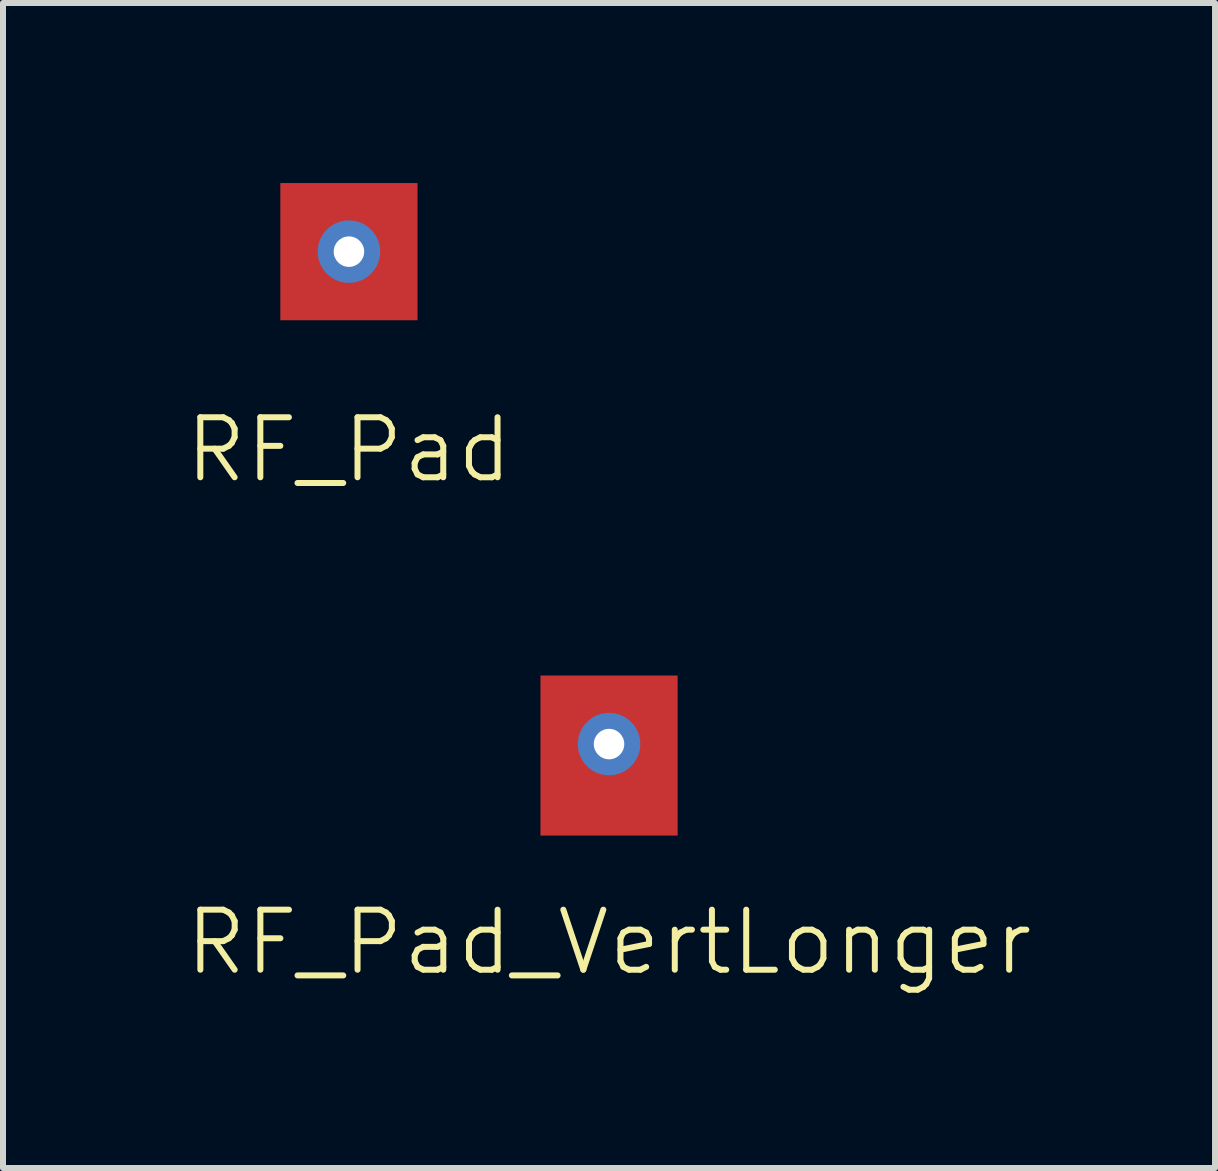
<source format=kicad_pcb>
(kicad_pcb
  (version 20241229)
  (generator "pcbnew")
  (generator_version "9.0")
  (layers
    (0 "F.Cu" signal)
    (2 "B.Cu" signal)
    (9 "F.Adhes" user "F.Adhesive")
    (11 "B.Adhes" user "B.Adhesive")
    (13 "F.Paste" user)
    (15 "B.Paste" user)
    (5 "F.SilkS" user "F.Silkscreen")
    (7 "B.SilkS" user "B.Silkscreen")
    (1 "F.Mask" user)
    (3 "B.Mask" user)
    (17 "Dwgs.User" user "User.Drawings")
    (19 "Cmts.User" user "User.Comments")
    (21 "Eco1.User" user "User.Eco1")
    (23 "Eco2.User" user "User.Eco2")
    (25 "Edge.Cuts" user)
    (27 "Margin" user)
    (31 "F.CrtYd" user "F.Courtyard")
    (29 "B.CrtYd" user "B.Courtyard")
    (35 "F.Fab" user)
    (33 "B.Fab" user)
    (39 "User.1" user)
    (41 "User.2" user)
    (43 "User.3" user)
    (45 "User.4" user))
  (footprint "RF_Pad_VertLonger"
    (layer "F.Cu")
    (at 7.098 9.348)
    (property "Reference" "RF_Pad_VertLonger" (at 0 3.302 0) (unlocked yes) (layer "F.SilkS") (effects (font (size 1 1) (thickness 0.1))))
    (attr through_hole)
    (pad "1" thru_hole circle (at 0 0) (size 1.041 1.041) (drill 0.508) (layers "*.Cu" "*.Mask"))
    (pad "1" smd rect (at 0 0.191) (size 2.286 2.667) (layers "F.Cu" "F.Mask")))
  (footprint "RF_Pad"
    (layer "F.Cu")
    (at 2.764 1.143)
    (property "Reference" "RF_Pad" (at 0 3.302 0) (unlocked yes) (layer "F.SilkS") (effects (font (size 1 1) (thickness 0.1))))
    (attr through_hole)
    (pad "1" thru_hole circle (at 0 0) (size 1.041 1.041) (drill 0.508) (layers "*.Cu" "*.Mask"))
    (pad "1" smd rect (at 0 0) (size 2.286 2.286) (layers "F.Cu" "F.Mask")))
  (gr_rect
    (start -3 -3)
    (end 17.195 16.411)
    (stroke (width 0.1) (type default))
    (fill no)
    (layer "Edge.Cuts")))
</source>
